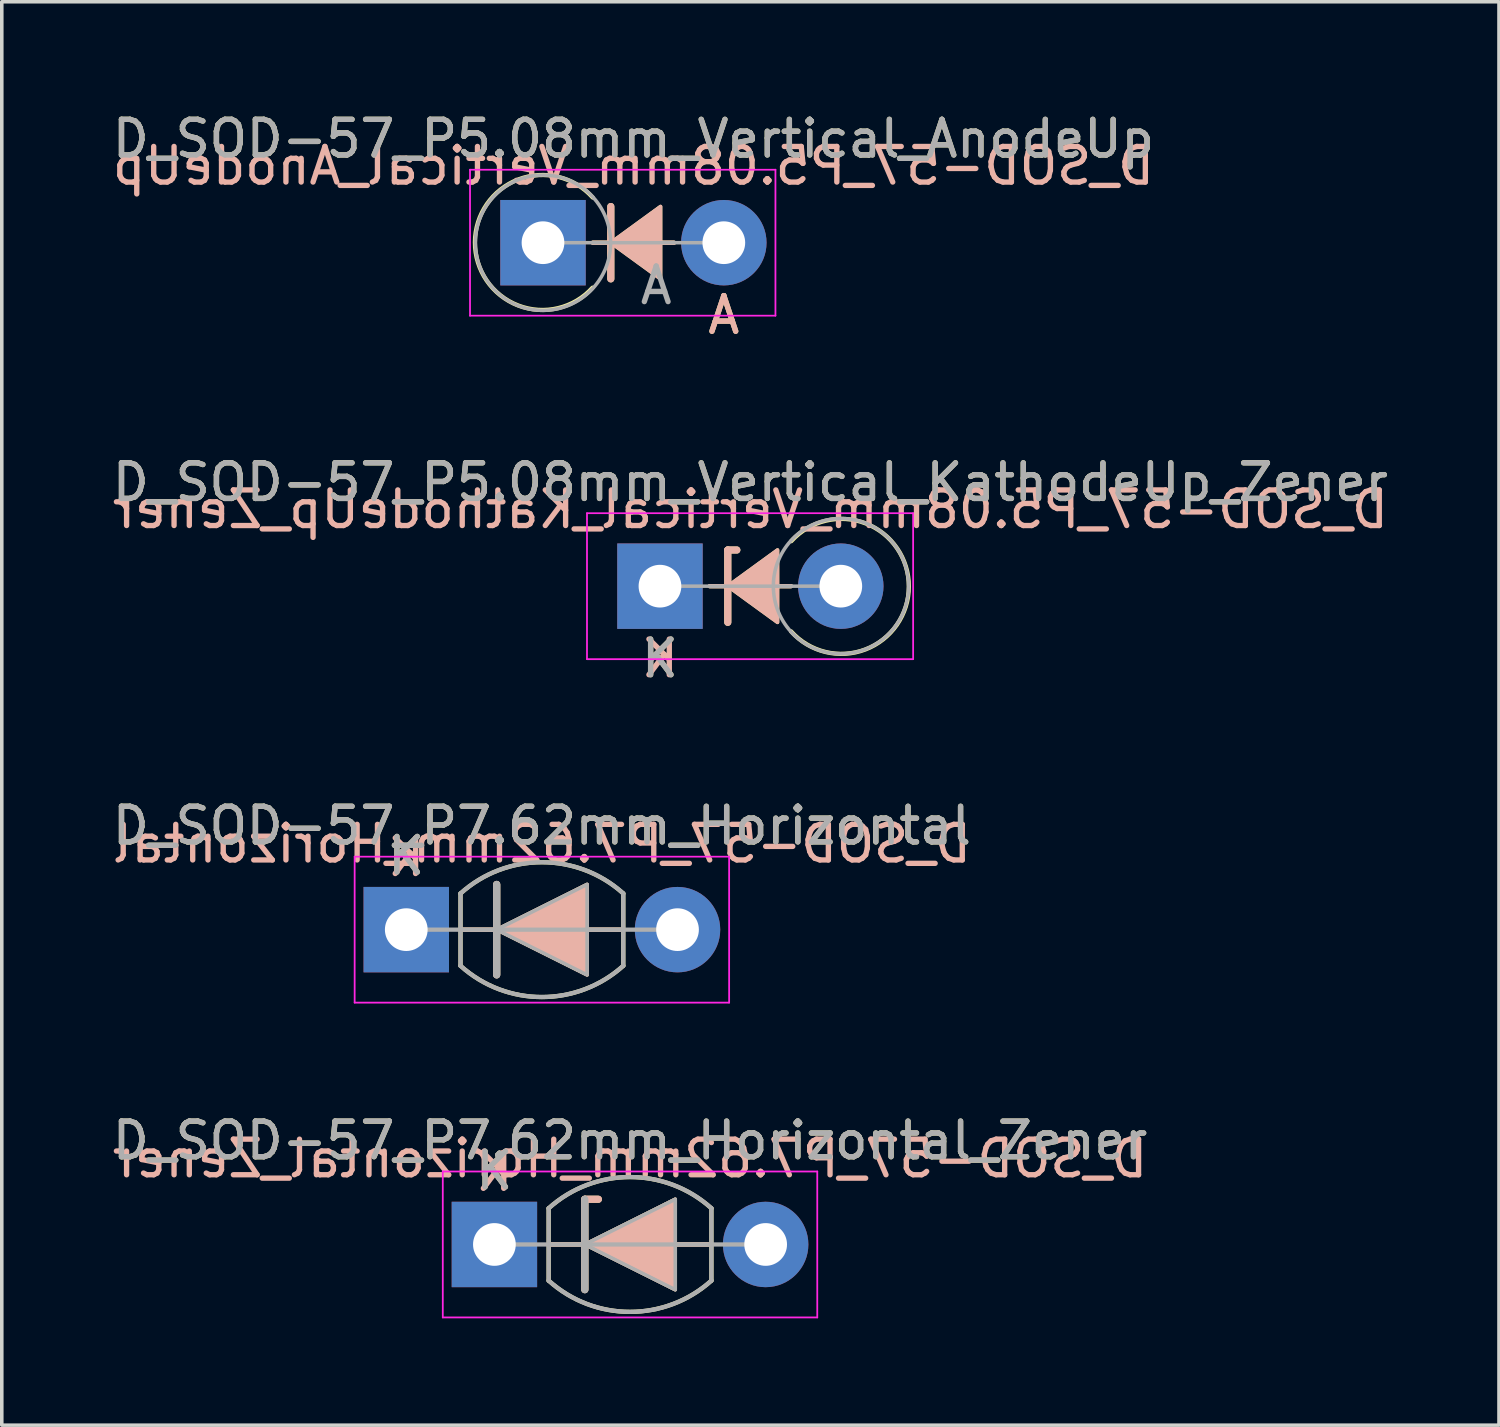
<source format=kicad_pcb>
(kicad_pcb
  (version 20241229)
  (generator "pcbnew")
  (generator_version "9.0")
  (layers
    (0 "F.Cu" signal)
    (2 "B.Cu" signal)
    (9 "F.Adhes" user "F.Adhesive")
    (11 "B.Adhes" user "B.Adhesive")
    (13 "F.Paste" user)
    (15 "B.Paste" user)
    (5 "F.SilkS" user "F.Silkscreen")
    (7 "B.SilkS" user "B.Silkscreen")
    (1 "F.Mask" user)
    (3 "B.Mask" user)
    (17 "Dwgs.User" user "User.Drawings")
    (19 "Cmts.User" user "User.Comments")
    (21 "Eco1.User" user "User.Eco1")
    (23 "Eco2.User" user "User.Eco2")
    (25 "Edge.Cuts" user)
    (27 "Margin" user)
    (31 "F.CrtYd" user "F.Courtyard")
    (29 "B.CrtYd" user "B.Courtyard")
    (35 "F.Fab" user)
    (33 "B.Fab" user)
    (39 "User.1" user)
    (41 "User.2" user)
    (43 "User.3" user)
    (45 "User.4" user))
  (footprint "D_SOD-57_P5.08mm_Vertical_KathodeUp_Zener"
    (layer "F.Cu")
    (at 15.49 13.417)
    (property "Reference" "D_SOD-57_P5.08mm_Vertical_KathodeUp_Zener" (at 2.54 -2.92 0) (layer "F.SilkS") (effects (font (size 1 1) (thickness 0.15))))
    (fp_line (start 1.397 0) (end 2.413 0) (stroke (width 0.12) (type solid)) (layer "F.SilkS"))
    (fp_line (start 1.905 -1.016) (end 1.905 1.016) (stroke (width 0.2) (type solid)) (layer "F.SilkS"))
    (fp_line (start 1.905 -1.016) (end 2.159 -1.016) (stroke (width 0.2) (type solid)) (layer "F.SilkS"))
    (fp_line (start 1.92 0) (end 3.683 0) (stroke (width 0.12) (type solid)) (layer "F.SilkS"))
    (fp_arc (start 3.688678 -1.264874) (mid 6.992067 0.009969) (end 3.683 1.27) (stroke (width 0.12) (type solid)) (layer "F.SilkS"))
    (fp_poly (pts (xy 3.302 1.016) (xy 1.905 0) (xy 3.302 -1.016)) (stroke (width 0.1) (type solid)) (fill yes) (layer "F.SilkS"))
    (fp_line (start 1.397 0) (end 2.413 0) (stroke (width 0.12) (type solid)) (layer "B.SilkS"))
    (fp_line (start 1.905 -1.016) (end 2.159 -1.016) (stroke (width 0.2) (type solid)) (layer "B.SilkS"))
    (fp_line (start 1.905 1.016) (end 1.905 -1.016) (stroke (width 0.2) (type solid)) (layer "B.SilkS"))
    (fp_line (start 1.92 0) (end 3.683 0) (stroke (width 0.12) (type solid)) (layer "B.SilkS"))
    (fp_poly (pts (xy 3.302 -1.016) (xy 1.905 0) (xy 3.302 1.016)) (stroke (width 0.1) (type solid)) (fill yes) (layer "B.SilkS"))
    (fp_line (start -2.05 -2.05) (end -2.05 2.05) (stroke (width 0.05) (type solid)) (layer "F.CrtYd"))
    (fp_line (start -2.05 2.05) (end 7.112 2.05) (stroke (width 0.05) (type solid)) (layer "F.CrtYd"))
    (fp_line (start 7.112 -2.05) (end -2.05 -2.05) (stroke (width 0.05) (type solid)) (layer "F.CrtYd"))
    (fp_line (start 7.112 2.05) (end 7.112 -2.05) (stroke (width 0.05) (type solid)) (layer "F.CrtYd"))
    (fp_line (start 0 0) (end 5.08 0) (stroke (width 0.1) (type solid)) (layer "F.Fab"))
    (fp_circle (center 5.085 0) (end 6.985 0) (stroke (width 0.1) (type solid)) (fill no) (layer "F.Fab"))
    (fp_text user "K" (at 0 2.032 0) (layer "F.SilkS") (effects (font (size 1 1) (thickness 0.15))))
    (fp_text user "K" (at 0 2.032 0) (layer "B.SilkS") (effects (font (size 1 1) (thickness 0.15)) (justify mirror)))
    (fp_text user "${REFERENCE}" (at 2.54 -2.159 0) (layer "B.SilkS") (effects (font (size 1 1) (thickness 0.15)) (justify mirror)))
    (fp_text user "K" (at 0 2.032 0) (layer "F.Fab") (effects (font (size 1 1) (thickness 0.15))))
    (fp_text user "${REFERENCE}" (at 2.54 -2.92 0) (layer "F.Fab") (effects (font (size 1 1) (thickness 0.15))))
    (pad "1" thru_hole rect (at 0 0) (size 2.4 2.4) (drill 1.2) (layers "*.Cu" "*.Mask"))
    (pad "2" thru_hole oval (at 5.08 0) (size 2.4 2.4) (drill 1.2) (layers "*.Cu" "*.Mask")))
  (footprint "D_SOD-57_P5.08mm_Vertical_AnodeUp"
    (layer "F.Cu")
    (at 12.204 3.768)
    (property "Reference" "D_SOD-57_P5.08mm_Vertical_AnodeUp" (at 2.54 -2.92 0) (layer "F.SilkS") (effects (font (size 1 1) (thickness 0.15))))
    (fp_line (start 1.397 0) (end 2.413 0) (stroke (width 0.12) (type solid)) (layer "F.SilkS"))
    (fp_line (start 1.905 -1.016) (end 1.905 1.016) (stroke (width 0.2) (type solid)) (layer "F.SilkS"))
    (fp_line (start 1.92 0) (end 3.683 0) (stroke (width 0.12) (type solid)) (layer "F.SilkS"))
    (fp_arc (start 1.391322 1.264874) (mid -1.912067 -0.009969) (end 1.397 -1.27) (stroke (width 0.12) (type solid)) (layer "F.SilkS"))
    (fp_poly (pts (xy 3.302 1.016) (xy 1.905 0) (xy 3.302 -1.016)) (stroke (width 0.1) (type solid)) (fill yes) (layer "F.SilkS"))
    (fp_line (start 1.397 0) (end 2.413 0) (stroke (width 0.12) (type solid)) (layer "B.SilkS"))
    (fp_line (start 1.905 1.016) (end 1.905 -1.016) (stroke (width 0.2) (type solid)) (layer "B.SilkS"))
    (fp_line (start 1.92 0) (end 3.683 0) (stroke (width 0.12) (type solid)) (layer "B.SilkS"))
    (fp_poly (pts (xy 3.302 -1.016) (xy 1.905 0) (xy 3.302 1.016)) (stroke (width 0.1) (type solid)) (fill yes) (layer "B.SilkS"))
    (fp_line (start -2.05 -2.05) (end -2.05 2.05) (stroke (width 0.05) (type solid)) (layer "F.CrtYd"))
    (fp_line (start -2.05 2.05) (end 6.53 2.05) (stroke (width 0.05) (type solid)) (layer "F.CrtYd"))
    (fp_line (start 6.53 -2.05) (end -2.05 -2.05) (stroke (width 0.05) (type solid)) (layer "F.CrtYd"))
    (fp_line (start 6.53 2.05) (end 6.53 -2.05) (stroke (width 0.05) (type solid)) (layer "F.CrtYd"))
    (fp_line (start 0 0) (end 5.08 0) (stroke (width 0.1) (type solid)) (layer "F.Fab"))
    (fp_circle (center 0 0) (end 1.9 0) (stroke (width 0.1) (type solid)) (fill no) (layer "F.Fab"))
    (fp_text user "A" (at 5.08 2.032 0) (layer "F.SilkS") (effects (font (size 1 1) (thickness 0.15))))
    (fp_text user "A" (at 5.08 2.032 0) (layer "B.SilkS") (effects (font (size 1 1) (thickness 0.15)) (justify mirror)))
    (fp_text user "${REFERENCE}" (at 2.54 -2.159 0) (layer "B.SilkS") (effects (font (size 1 1) (thickness 0.15)) (justify mirror)))
    (fp_text user "${REFERENCE}" (at 2.54 -2.92 0) (layer "F.Fab") (effects (font (size 1 1) (thickness 0.15))))
    (fp_text user "A" (at 3.18 1.2 0) (layer "F.Fab") (effects (font (size 1 1) (thickness 0.15))))
    (pad "1" thru_hole rect (at 0 0) (size 2.4 2.4) (drill 1.2) (layers "*.Cu" "*.Mask"))
    (pad "2" thru_hole oval (at 5.08 0) (size 2.4 2.4) (drill 1.2) (layers "*.Cu" "*.Mask")))
  (footprint "D_SOD-57_P7.62mm_Horizontal"
    (layer "F.Cu")
    (at 8.363 23.066)
    (property "Reference" "D_SOD-57_P7.62mm_Horizontal" (at 3.81 -2.92 0) (layer "F.SilkS") (effects (font (size 1 1) (thickness 0.15))))
    (fp_line (start 1.524 -1.016) (end 1.524 1.016) (stroke (width 0.12) (type solid)) (layer "F.SilkS"))
    (fp_line (start 1.524 0) (end 6.096 0) (stroke (width 0.12) (type solid)) (layer "F.SilkS"))
    (fp_line (start 2.54 1.27) (end 2.54 -1.27) (stroke (width 0.2) (type solid)) (layer "F.SilkS"))
    (fp_line (start 6.096 -1.016) (end 6.096 1.016) (stroke (width 0.12) (type solid)) (layer "F.SilkS"))
    (fp_arc (start 1.524 -1.016) (mid 3.809999 -1.89322) (end 6.095998 -1.016) (stroke (width 0.12) (type solid)) (layer "F.SilkS"))
    (fp_arc (start 6.096 1.016) (mid 3.810001 1.89322) (end 1.524002 1.016) (stroke (width 0.12) (type solid)) (layer "F.SilkS"))
    (fp_poly (pts (xy 5.08 1.27) (xy 2.54 0) (xy 5.08 -1.27)) (stroke (width 0.1) (type solid)) (fill yes) (layer "F.SilkS"))
    (fp_line (start 1.524 0) (end 6.096 0) (stroke (width 0.12) (type solid)) (layer "B.SilkS"))
    (fp_line (start 2.54 -1.27) (end 2.54 1.27) (stroke (width 0.2) (type solid)) (layer "B.SilkS"))
    (fp_poly (pts (xy 5.08 -1.27) (xy 2.54 0) (xy 5.08 1.27)) (stroke (width 0.1) (type solid)) (fill yes) (layer "B.SilkS"))
    (fp_line (start -1.45 -2.05) (end -1.45 2.05) (stroke (width 0.05) (type solid)) (layer "F.CrtYd"))
    (fp_line (start -1.45 2.05) (end 9.07 2.05) (stroke (width 0.05) (type solid)) (layer "F.CrtYd"))
    (fp_line (start 9.07 -2.05) (end -1.45 -2.05) (stroke (width 0.05) (type solid)) (layer "F.CrtYd"))
    (fp_line (start 9.07 2.05) (end 9.07 -2.05) (stroke (width 0.05) (type solid)) (layer "F.CrtYd"))
    (fp_line (start 0.254 0) (end 7.366 0) (stroke (width 0.12) (type solid)) (layer "F.Fab"))
    (fp_line (start 1.524 -1.016) (end 1.524 1.016) (stroke (width 0.12) (type solid)) (layer "F.Fab"))
    (fp_line (start 2.54 1.27) (end 2.54 -1.27) (stroke (width 0.2) (type solid)) (layer "F.Fab"))
    (fp_line (start 6.096 -1.016) (end 6.096 1.016) (stroke (width 0.12) (type solid)) (layer "F.Fab"))
    (fp_arc (start 1.524 -1.016) (mid 3.81037 -1.894241) (end 6.097132 -1.017021) (stroke (width 0.12) (type solid)) (layer "F.Fab"))
    (fp_arc (start 6.097134 1.014979) (mid 3.810764 1.89322) (end 1.524002 1.016) (stroke (width 0.12) (type solid)) (layer "F.Fab"))
    (fp_poly (pts (xy 5.08 1.27) (xy 2.54 0) (xy 5.08 -1.27)) (stroke (width 0.1) (type solid)) (fill no) (layer "F.Fab"))
    (fp_text user "K" (at 0 -2.073 0) (layer "F.SilkS") (effects (font (size 1 1) (thickness 0.15))))
    (fp_text user "K" (at 0 -2.032 0) (layer "B.SilkS") (effects (font (size 1 1) (thickness 0.15)) (justify mirror)))
    (fp_text user "${REFERENCE}" (at 3.81 -2.413 0) (layer "B.SilkS") (effects (font (size 1 1) (thickness 0.15)) (justify mirror)))
    (fp_text user "${REFERENCE}" (at 3.81 -2.921 0) (layer "F.Fab") (effects (font (size 1 1) (thickness 0.15))))
    (fp_text user "K" (at 0 -2.073 0) (layer "F.Fab") (effects (font (size 1 1) (thickness 0.15))))
    (pad "1" thru_hole rect (at 0 0) (size 2.4 2.4) (drill 1.2) (layers "*.Cu" "*.Mask"))
    (pad "2" thru_hole oval (at 7.62 0) (size 2.4 2.4) (drill 1.2) (layers "*.Cu" "*.Mask")))
  (footprint "D_SOD-57_P7.62mm_Horizontal_Zener"
    (layer "F.Cu")
    (at 10.839 31.91)
    (property "Reference" "D_SOD-57_P7.62mm_Horizontal_Zener" (at 3.81 -2.92 0) (layer "F.SilkS") (effects (font (size 1 1) (thickness 0.15))))
    (fp_line (start 1.524 -1.016) (end 1.524 1.016) (stroke (width 0.12) (type solid)) (layer "F.SilkS"))
    (fp_line (start 1.524 0) (end 6.096 0) (stroke (width 0.12) (type solid)) (layer "F.SilkS"))
    (fp_line (start 2.54 -1.27) (end 2.921 -1.27) (stroke (width 0.2) (type solid)) (layer "F.SilkS"))
    (fp_line (start 2.54 1.27) (end 2.54 -1.27) (stroke (width 0.2) (type solid)) (layer "F.SilkS"))
    (fp_line (start 6.096 -1.016) (end 6.096 1.016) (stroke (width 0.12) (type solid)) (layer "F.SilkS"))
    (fp_arc (start 1.524 -1.016) (mid 3.809999 -1.89322) (end 6.095998 -1.016) (stroke (width 0.12) (type solid)) (layer "F.SilkS"))
    (fp_arc (start 6.096 1.016) (mid 3.810001 1.89322) (end 1.524002 1.016) (stroke (width 0.12) (type solid)) (layer "F.SilkS"))
    (fp_poly (pts (xy 5.08 1.27) (xy 2.54 0) (xy 5.08 -1.27)) (stroke (width 0.1) (type solid)) (fill yes) (layer "F.SilkS"))
    (fp_line (start 1.524 0) (end 6.096 0) (stroke (width 0.12) (type solid)) (layer "B.SilkS"))
    (fp_line (start 2.54 -1.27) (end 2.54 1.27) (stroke (width 0.2) (type solid)) (layer "B.SilkS"))
    (fp_line (start 2.54 -1.27) (end 2.921 -1.27) (stroke (width 0.2) (type solid)) (layer "B.SilkS"))
    (fp_poly (pts (xy 5.08 -1.27) (xy 2.54 0) (xy 5.08 1.27)) (stroke (width 0.1) (type solid)) (fill yes) (layer "B.SilkS"))
    (fp_line (start -1.45 -2.05) (end -1.45 2.05) (stroke (width 0.05) (type solid)) (layer "F.CrtYd"))
    (fp_line (start -1.45 2.05) (end 9.07 2.05) (stroke (width 0.05) (type solid)) (layer "F.CrtYd"))
    (fp_line (start 9.07 -2.05) (end -1.45 -2.05) (stroke (width 0.05) (type solid)) (layer "F.CrtYd"))
    (fp_line (start 9.07 2.05) (end 9.07 -2.05) (stroke (width 0.05) (type solid)) (layer "F.CrtYd"))
    (fp_line (start 0.254 0) (end 7.366 0) (stroke (width 0.12) (type solid)) (layer "F.Fab"))
    (fp_line (start 1.524 -1.016) (end 1.524 1.016) (stroke (width 0.12) (type solid)) (layer "F.Fab"))
    (fp_line (start 2.54 1.27) (end 2.54 -1.27) (stroke (width 0.2) (type solid)) (layer "F.Fab"))
    (fp_line (start 6.096 -1.016) (end 6.096 1.016) (stroke (width 0.12) (type solid)) (layer "F.Fab"))
    (fp_arc (start 1.524 -1.016) (mid 3.81037 -1.894241) (end 6.097132 -1.017021) (stroke (width 0.12) (type solid)) (layer "F.Fab"))
    (fp_arc (start 6.097134 1.014979) (mid 3.810764 1.89322) (end 1.524002 1.016) (stroke (width 0.12) (type solid)) (layer "F.Fab"))
    (fp_poly (pts (xy 5.08 1.27) (xy 2.54 0) (xy 5.08 -1.27)) (stroke (width 0.1) (type solid)) (fill no) (layer "F.Fab"))
    (fp_text user "K" (at 0 -2.073 0) (layer "F.SilkS") (effects (font (size 1 1) (thickness 0.15))))
    (fp_text user "${REFERENCE}" (at 3.81 -2.413 0) (layer "B.SilkS") (effects (font (size 1 1) (thickness 0.15)) (justify mirror)))
    (fp_text user "K" (at 0 -2.032 0) (layer "B.SilkS") (effects (font (size 1 1) (thickness 0.15)) (justify mirror)))
    (fp_text user "${REFERENCE}" (at 3.81 -2.921 0) (layer "F.Fab") (effects (font (size 1 1) (thickness 0.15))))
    (fp_text user "K" (at 0 -2.073 0) (layer "F.Fab") (effects (font (size 1 1) (thickness 0.15))))
    (pad "1" thru_hole rect (at 0 0) (size 2.4 2.4) (drill 1.2) (layers "*.Cu" "*.Mask"))
    (pad "2" thru_hole oval (at 7.62 0) (size 2.4 2.4) (drill 1.2) (layers "*.Cu" "*.Mask")))
  (gr_rect
    (start -3 -3)
    (end 39.06 36.986)
    (stroke (width 0.1) (type default))
    (fill no)
    (layer "Edge.Cuts")))
</source>
